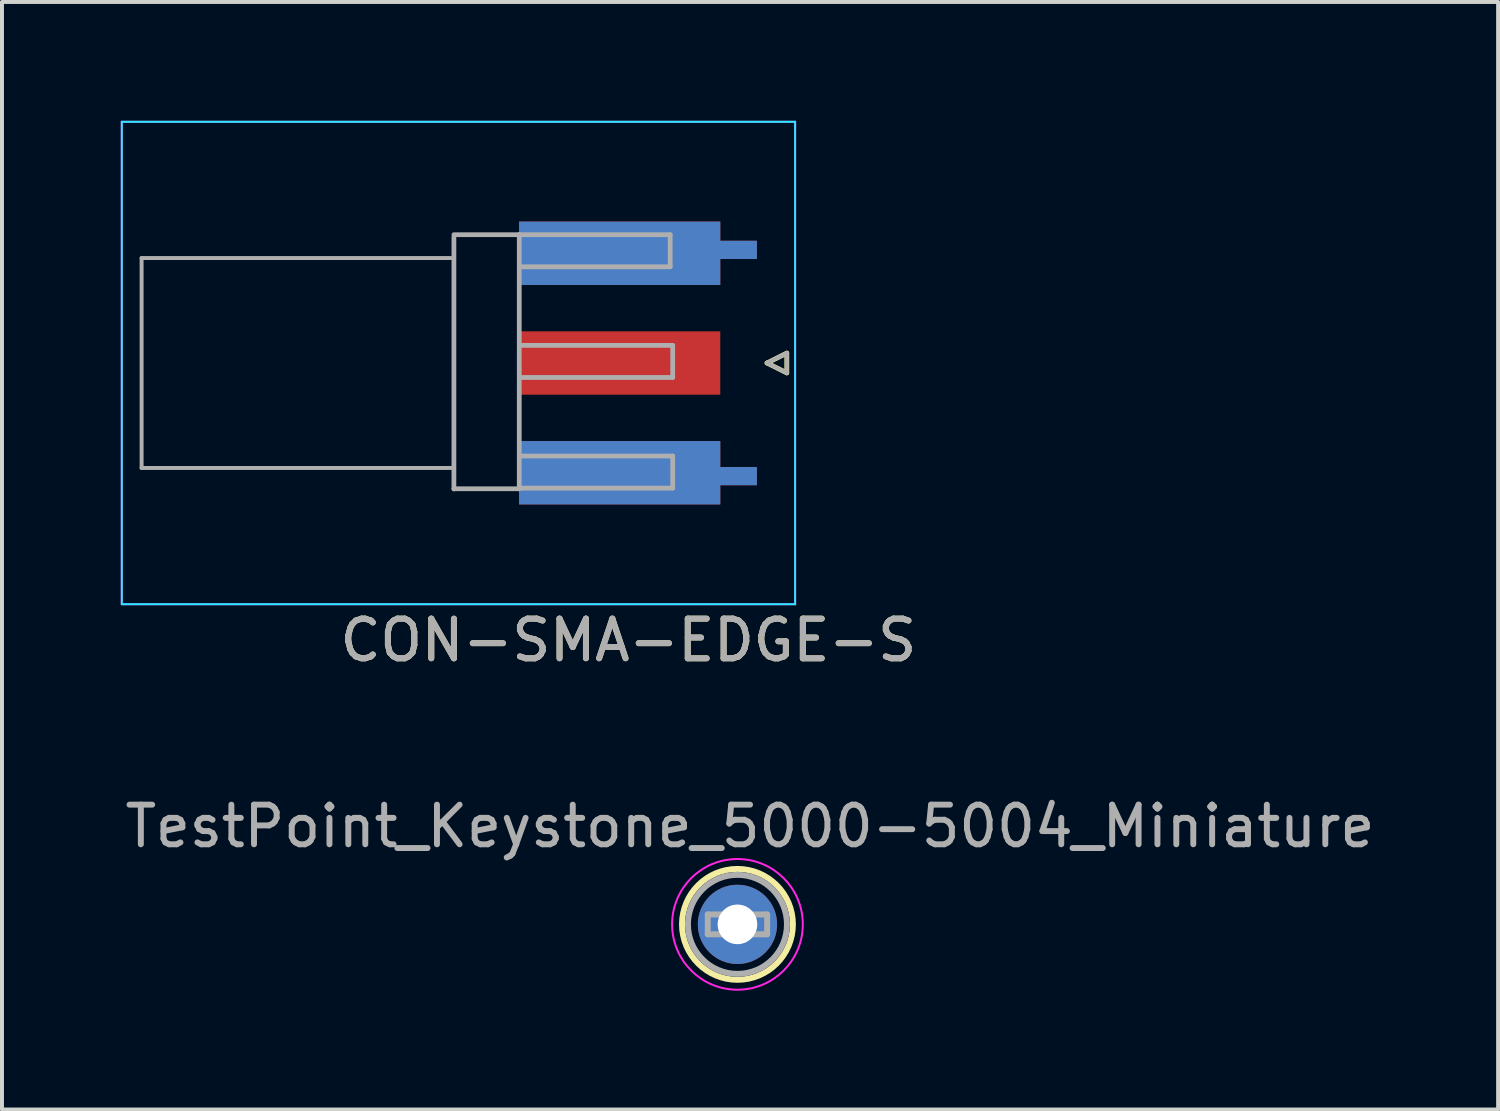
<source format=kicad_pcb>
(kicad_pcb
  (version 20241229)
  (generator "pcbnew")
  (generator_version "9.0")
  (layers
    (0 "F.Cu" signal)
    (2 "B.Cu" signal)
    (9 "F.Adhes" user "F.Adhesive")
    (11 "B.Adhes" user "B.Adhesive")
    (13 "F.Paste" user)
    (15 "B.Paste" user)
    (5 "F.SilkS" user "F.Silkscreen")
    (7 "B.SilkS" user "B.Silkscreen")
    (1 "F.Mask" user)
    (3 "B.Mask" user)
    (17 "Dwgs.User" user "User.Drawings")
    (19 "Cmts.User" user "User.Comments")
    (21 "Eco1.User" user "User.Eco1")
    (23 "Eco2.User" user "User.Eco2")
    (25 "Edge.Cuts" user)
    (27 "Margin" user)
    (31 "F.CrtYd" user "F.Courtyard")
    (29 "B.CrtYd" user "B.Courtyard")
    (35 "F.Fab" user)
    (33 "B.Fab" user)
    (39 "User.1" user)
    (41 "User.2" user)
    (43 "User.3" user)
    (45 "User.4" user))
  (footprint "CON-SMA-EDGE-S"
    (layer "F.Cu")
    (at 14.315 6.115)
    (property "Reference" "CON-SMA-EDGE-S" (at -1.5 7 0) (layer "F.SilkS") (effects (font (size 1 1) (thickness 0.15))))
    (attr smd)
    (fp_line (start 2 0) (end 2.5 -0.25) (stroke (width 0.12) (type solid)) (layer "F.SilkS"))
    (fp_line (start 2.5 -0.25) (end 2.5 0.25) (stroke (width 0.12) (type solid)) (layer "F.SilkS"))
    (fp_line (start 2.5 0.25) (end 2 0) (stroke (width 0.12) (type solid)) (layer "F.SilkS"))
    (fp_line (start -14.29 -6.09) (end -14.29 6.09) (stroke (width 0.05) (type solid)) (layer "B.CrtYd"))
    (fp_line (start -14.29 -6.09) (end 2.71 -6.09) (stroke (width 0.05) (type solid)) (layer "B.CrtYd"))
    (fp_line (start -14.29 6.09) (end 2.71 6.09) (stroke (width 0.05) (type solid)) (layer "B.CrtYd"))
    (fp_line (start 2.71 -6.09) (end 2.71 6.09) (stroke (width 0.05) (type solid)) (layer "B.CrtYd"))
    (fp_line (start -14.29 -6.09) (end -14.29 6.09) (stroke (width 0.05) (type solid)) (layer "F.CrtYd"))
    (fp_line (start -14.29 6.09) (end 2.71 6.09) (stroke (width 0.05) (type solid)) (layer "F.CrtYd"))
    (fp_line (start 2.71 -6.09) (end -14.29 -6.09) (stroke (width 0.05) (type solid)) (layer "F.CrtYd"))
    (fp_line (start 2.71 -6.09) (end 2.71 6.09) (stroke (width 0.05) (type solid)) (layer "F.CrtYd"))
    (fp_line (start -13.79 -2.65) (end -13.79 2.65) (stroke (width 0.1) (type solid)) (layer "F.Fab"))
    (fp_line (start -13.79 -2.65) (end -5.98 -2.65) (stroke (width 0.1) (type solid)) (layer "F.Fab"))
    (fp_line (start -13.79 2.65) (end -5.91 2.65) (stroke (width 0.1) (type solid)) (layer "F.Fab"))
    (fp_line (start -5.905 -3.239) (end -4.255 -3.239) (stroke (width 0.12) (type solid)) (layer "F.Fab"))
    (fp_line (start -5.905 -3.18) (end -5.905 3.18) (stroke (width 0.12) (type solid)) (layer "F.Fab"))
    (fp_line (start -5.905 3.175) (end -4.255 3.175) (stroke (width 0.12) (type solid)) (layer "F.Fab"))
    (fp_line (start -4.255 -3.239) (end -4.255 3.175) (stroke (width 0.12) (type solid)) (layer "F.Fab"))
    (fp_line (start -4.255 -3.239) (end -0.445 -3.239) (stroke (width 0.12) (type solid)) (layer "F.Fab"))
    (fp_line (start -4.255 -2.429) (end -0.445 -2.429) (stroke (width 0.12) (type solid)) (layer "F.Fab"))
    (fp_line (start -4.191 -0.445) (end -0.381 -0.445) (stroke (width 0.12) (type solid)) (layer "F.Fab"))
    (fp_line (start -4.191 0.365) (end -0.381 0.365) (stroke (width 0.12) (type solid)) (layer "F.Fab"))
    (fp_line (start -4.191 2.349) (end -0.381 2.349) (stroke (width 0.12) (type solid)) (layer "F.Fab"))
    (fp_line (start -4.191 3.159) (end -0.381 3.159) (stroke (width 0.12) (type solid)) (layer "F.Fab"))
    (fp_line (start -0.445 -3.239) (end -0.445 -2.429) (stroke (width 0.12) (type solid)) (layer "F.Fab"))
    (fp_line (start -0.381 -0.445) (end -0.381 0.365) (stroke (width 0.12) (type solid)) (layer "F.Fab"))
    (fp_line (start -0.381 2.349) (end -0.381 3.159) (stroke (width 0.12) (type solid)) (layer "F.Fab"))
    (fp_line (start 2 0) (end 2.5 0.25) (stroke (width 0.1) (type solid)) (layer "F.Fab"))
    (fp_line (start 2.5 -0.25) (end 2 0) (stroke (width 0.1) (type solid)) (layer "F.Fab"))
    (fp_line (start 2.5 0.25) (end 2.5 -0.25) (stroke (width 0.1) (type solid)) (layer "F.Fab"))
    (fp_text user "${REFERENCE}" (at -1.5 7 0) (layer "F.Fab") (effects (font (size 1 1) (thickness 0.15))))
    (pad "1" smd rect (at -1.72 0) (size 5.08 1.6) (layers "F.Cu" "F.Mask" "F.Paste"))
    (pad "2" smd rect (at -1.72 -2.77) (size 5.08 1.6) (layers "F.Cu" "F.Mask" "F.Paste"))
    (pad "2" smd rect (at -1.72 -2.77) (size 5.08 1.6) (layers "B.Cu" "B.Mask" "B.Paste"))
    (pad "2" smd rect (at -1.72 2.77) (size 5.08 1.6) (layers "F.Cu" "F.Mask" "F.Paste"))
    (pad "2" smd rect (at -1.72 2.77) (size 5.08 1.6) (layers "B.Cu" "B.Mask" "B.Paste"))
    (pad "2" smd rect (at 1.27 -2.856) (size 0.95 0.46) (layers "F.Cu"))
    (pad "2" smd rect (at 1.27 -2.856) (size 0.95 0.46) (layers "B.Cu"))
    (pad "2" smd rect (at 1.27 2.856) (size 0.95 0.46) (layers "F.Cu"))
    (pad "2" smd rect (at 1.27 2.856) (size 0.95 0.46) (layers "B.Cu")))
  (footprint "TestPoint_Keystone_5000-5004_Miniature"
    (layer "F.Cu")
    (at 15.569 20.288)
    (property "Reference" "TestPoint_Keystone_5000-5004_Miniature" (at 0.318 -2.477 0) (layer "F.Fab") (effects (font (size 1 1) (thickness 0.15))))
    (attr through_hole)
    (fp_circle (center 0 0) (end 1.4 0) (stroke (width 0.15) (type solid)) (fill no) (layer "F.SilkS"))
    (fp_circle (center 0 0) (end 1.65 0) (stroke (width 0.05) (type solid)) (fill no) (layer "F.CrtYd"))
    (fp_line (start -0.75 -0.25) (end 0.75 -0.25) (stroke (width 0.15) (type solid)) (layer "F.Fab"))
    (fp_line (start -0.75 0.25) (end -0.75 -0.25) (stroke (width 0.15) (type solid)) (layer "F.Fab"))
    (fp_line (start 0.75 -0.25) (end 0.75 0.25) (stroke (width 0.15) (type solid)) (layer "F.Fab"))
    (fp_line (start 0.75 0.25) (end -0.75 0.25) (stroke (width 0.15) (type solid)) (layer "F.Fab"))
    (fp_circle (center 0 0) (end 1.25 0) (stroke (width 0.15) (type solid)) (fill no) (layer "F.Fab"))
    (pad "1" thru_hole circle (at 0 0) (size 2 2) (drill 1) (layers "*.Cu" "*.Mask")))
  (gr_rect
    (start -3 -3)
    (end 34.774 24.963)
    (stroke (width 0.1) (type default))
    (fill no)
    (layer "Edge.Cuts")))
</source>
